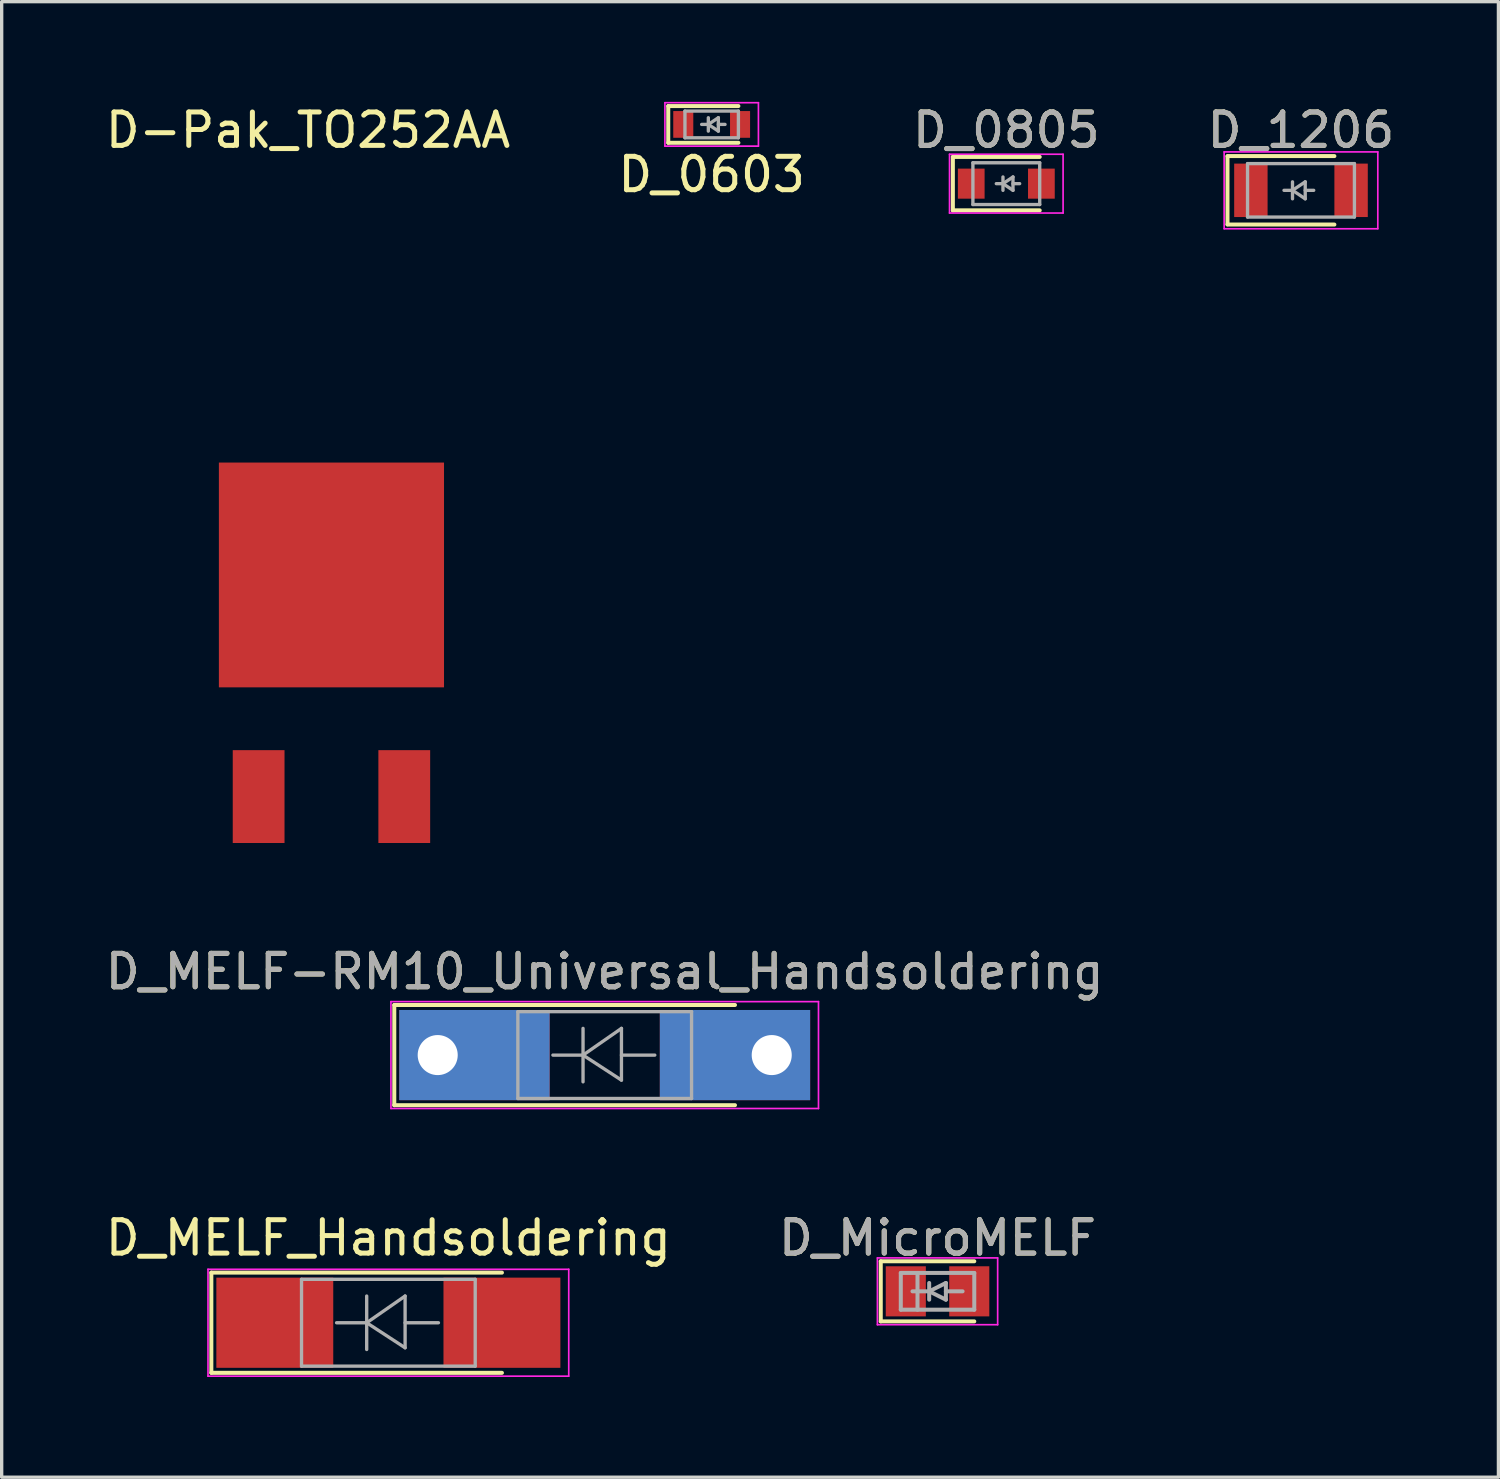
<source format=kicad_pcb>
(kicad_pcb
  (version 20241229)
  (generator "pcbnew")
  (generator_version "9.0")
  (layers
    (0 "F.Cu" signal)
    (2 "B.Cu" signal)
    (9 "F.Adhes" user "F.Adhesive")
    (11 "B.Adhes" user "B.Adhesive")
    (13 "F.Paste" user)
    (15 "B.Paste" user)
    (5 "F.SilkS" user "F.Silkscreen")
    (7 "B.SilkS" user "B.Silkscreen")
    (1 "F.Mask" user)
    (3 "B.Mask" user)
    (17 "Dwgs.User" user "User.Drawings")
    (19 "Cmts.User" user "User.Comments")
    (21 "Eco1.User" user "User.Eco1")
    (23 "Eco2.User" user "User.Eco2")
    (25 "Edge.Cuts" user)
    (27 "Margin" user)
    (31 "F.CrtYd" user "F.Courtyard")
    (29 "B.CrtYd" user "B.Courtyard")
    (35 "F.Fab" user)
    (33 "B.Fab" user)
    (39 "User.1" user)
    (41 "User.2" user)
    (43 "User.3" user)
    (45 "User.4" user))
  (footprint "D-Pak_TO252AA"
    (layer "F.Cu")
    (at 6.873 16.498)
    (property "Reference" "D-Pak_TO252AA" (at -0.7 -15.65 0) (layer "F.SilkS") (effects (font (size 1 1) (thickness 0.15))))
    (attr through_hole)
    (pad "1" smd rect (at -2.18 4.3) (size 1.55 2.78) (layers "F.Cu" "F.Mask" "F.Paste"))
    (pad "3" smd rect (at 2.18 4.3) (size 1.55 2.78) (layers "F.Cu" "F.Mask" "F.Paste"))
    (pad "4" smd rect (at 0 -2.335) (size 6.74 6.73) (layers "F.Cu" "F.Mask" "F.Paste")))
  (footprint "D_MELF_Handsoldering"
    (layer "F.Cu")
    (at 8.577 36.55)
    (property "Reference" "D_MELF_Handsoldering" (at 0 -2.54 0) (layer "F.SilkS") (effects (font (size 1 1) (thickness 0.15))))
    (attr smd)
    (fp_line (start -5.3 -1.5) (end -5.3 1.5) (stroke (width 0.12) (type solid)) (layer "F.SilkS"))
    (fp_line (start -5.3 1.5) (end 3.4 1.5) (stroke (width 0.12) (type solid)) (layer "F.SilkS"))
    (fp_line (start 3.4 -1.5) (end -5.3 -1.5) (stroke (width 0.12) (type solid)) (layer "F.SilkS"))
    (fp_line (start -5.4 -1.6) (end 5.4 -1.6) (stroke (width 0.05) (type solid)) (layer "F.CrtYd"))
    (fp_line (start -5.4 1.6) (end -5.4 -1.6) (stroke (width 0.05) (type solid)) (layer "F.CrtYd"))
    (fp_line (start 5.4 -1.6) (end 5.4 1.6) (stroke (width 0.05) (type solid)) (layer "F.CrtYd"))
    (fp_line (start 5.4 1.6) (end -5.4 1.6) (stroke (width 0.05) (type solid)) (layer "F.CrtYd"))
    (fp_line (start -2.6 -1.3) (end -2.6 1.3) (stroke (width 0.1) (type solid)) (layer "F.Fab"))
    (fp_line (start -2.6 1.3) (end 2.6 1.3) (stroke (width 0.1) (type solid)) (layer "F.Fab"))
    (fp_line (start -0.649 -0.799) (end -0.649 0.801) (stroke (width 0.1) (type solid)) (layer "F.Fab"))
    (fp_line (start -0.649 0.001) (end -1.551 0.001) (stroke (width 0.1) (type solid)) (layer "F.Fab"))
    (fp_line (start -0.649 0.001) (end 0.501 -0.799) (stroke (width 0.1) (type solid)) (layer "F.Fab"))
    (fp_line (start -0.649 0.001) (end 0.501 0.75) (stroke (width 0.1) (type solid)) (layer "F.Fab"))
    (fp_line (start 0.501 0.001) (end 1.499 0.001) (stroke (width 0.1) (type solid)) (layer "F.Fab"))
    (fp_line (start 0.501 0.75) (end 0.501 -0.799) (stroke (width 0.1) (type solid)) (layer "F.Fab"))
    (fp_line (start 2.6 -1.3) (end -2.6 -1.3) (stroke (width 0.1) (type solid)) (layer "F.Fab"))
    (fp_line (start 2.6 1.3) (end 2.6 -1.3) (stroke (width 0.1) (type solid)) (layer "F.Fab"))
    (pad "1" smd rect (at -3.4 0) (size 3.5 2.7) (layers "F.Cu" "F.Mask" "F.Paste"))
    (pad "2" smd rect (at 3.4 0) (size 3.5 2.7) (layers "F.Cu" "F.Mask" "F.Paste")))
  (footprint "D_MELF-RM10_Universal_Handsoldering"
    (layer "F.Cu")
    (at 15.054 28.537)
    (property "Reference" "D_MELF-RM10_Universal_Handsoldering" (at 0 -2.5 0) (layer "F.SilkS") (effects (font (size 1 1) (thickness 0.15))))
    (attr through_hole)
    (fp_line (start -6.3 -1.5) (end -6.3 1.5) (stroke (width 0.12) (type solid)) (layer "F.SilkS"))
    (fp_line (start -6.3 1.5) (end 3.9 1.5) (stroke (width 0.12) (type solid)) (layer "F.SilkS"))
    (fp_line (start 3.9 -1.5) (end -6.3 -1.5) (stroke (width 0.12) (type solid)) (layer "F.SilkS"))
    (fp_line (start -6.4 -1.6) (end 6.4 -1.6) (stroke (width 0.05) (type solid)) (layer "F.CrtYd"))
    (fp_line (start -6.4 1.6) (end -6.4 -1.6) (stroke (width 0.05) (type solid)) (layer "F.CrtYd"))
    (fp_line (start 6.4 -1.6) (end 6.4 1.6) (stroke (width 0.05) (type solid)) (layer "F.CrtYd"))
    (fp_line (start 6.4 1.6) (end -6.4 1.6) (stroke (width 0.05) (type solid)) (layer "F.CrtYd"))
    (fp_line (start -2.6 -1.3) (end -2.6 1.3) (stroke (width 0.1) (type solid)) (layer "F.Fab"))
    (fp_line (start -2.6 1.3) (end 2.6 1.3) (stroke (width 0.1) (type solid)) (layer "F.Fab"))
    (fp_line (start -0.649 -0.799) (end -0.649 0.801) (stroke (width 0.1) (type solid)) (layer "F.Fab"))
    (fp_line (start -0.649 0.001) (end -1.551 0.001) (stroke (width 0.1) (type solid)) (layer "F.Fab"))
    (fp_line (start -0.649 0.001) (end 0.501 -0.799) (stroke (width 0.1) (type solid)) (layer "F.Fab"))
    (fp_line (start -0.649 0.001) (end 0.501 0.75) (stroke (width 0.1) (type solid)) (layer "F.Fab"))
    (fp_line (start 0.501 0.001) (end 1.499 0.001) (stroke (width 0.1) (type solid)) (layer "F.Fab"))
    (fp_line (start 0.501 0.75) (end 0.501 -0.799) (stroke (width 0.1) (type solid)) (layer "F.Fab"))
    (fp_line (start 2.6 -1.3) (end -2.6 -1.3) (stroke (width 0.1) (type solid)) (layer "F.Fab"))
    (fp_line (start 2.6 1.3) (end 2.6 -1.3) (stroke (width 0.1) (type solid)) (layer "F.Fab"))
    (fp_text user "${REFERENCE}" (at 0 -2.5 0) (layer "F.Fab") (effects (font (size 1 1) (thickness 0.15))))
    (pad "1" thru_hole rect (at -5 0) (size 4.5 2.7) (drill 1.199 (offset 1.1 0)) (layers "*.Cu" "*.Mask"))
    (pad "2" thru_hole rect (at 5 0 180) (size 4.5 2.7) (drill 1.199 (offset 1.1 0)) (layers "*.Cu" "*.Mask")))
  (footprint "D_MicroMELF"
    (layer "F.Cu")
    (at 25.018 35.61)
    (property "Reference" "D_MicroMELF" (at 0 -1.6 0) (layer "F.SilkS") (effects (font (size 1 1) (thickness 0.15))))
    (attr smd)
    (fp_line (start -1.7 -0.9) (end -1.7 0.9) (stroke (width 0.12) (type solid)) (layer "F.SilkS"))
    (fp_line (start -1.7 0.9) (end 1.1 0.9) (stroke (width 0.12) (type solid)) (layer "F.SilkS"))
    (fp_line (start 1.1 -0.9) (end -1.7 -0.9) (stroke (width 0.12) (type solid)) (layer "F.SilkS"))
    (fp_line (start -1.8 -1) (end -1.8 1) (stroke (width 0.05) (type solid)) (layer "F.CrtYd"))
    (fp_line (start -1.8 -1) (end 1.8 -1) (stroke (width 0.05) (type solid)) (layer "F.CrtYd"))
    (fp_line (start 1.8 1) (end -1.8 1) (stroke (width 0.05) (type solid)) (layer "F.CrtYd"))
    (fp_line (start 1.8 1) (end 1.8 -1) (stroke (width 0.05) (type solid)) (layer "F.CrtYd"))
    (fp_line (start -1.1 -0.55) (end 1.1 -0.55) (stroke (width 0.12) (type solid)) (layer "F.Fab"))
    (fp_line (start -1.1 0.55) (end -1.1 -0.55) (stroke (width 0.12) (type solid)) (layer "F.Fab"))
    (fp_line (start -0.6 -0.55) (end -0.6 0.55) (stroke (width 0.12) (type solid)) (layer "F.Fab"))
    (fp_line (start -0.25 -0.25) (end -0.25 0.25) (stroke (width 0.12) (type solid)) (layer "F.Fab"))
    (fp_line (start -0.25 0) (end -0.75 0) (stroke (width 0.12) (type solid)) (layer "F.Fab"))
    (fp_line (start -0.25 0) (end 0.25 -0.25) (stroke (width 0.12) (type solid)) (layer "F.Fab"))
    (fp_line (start 0.25 -0.25) (end 0.25 0.25) (stroke (width 0.12) (type solid)) (layer "F.Fab"))
    (fp_line (start 0.25 0) (end 0.75 0) (stroke (width 0.12) (type solid)) (layer "F.Fab"))
    (fp_line (start 0.25 0.25) (end -0.25 0) (stroke (width 0.12) (type solid)) (layer "F.Fab"))
    (fp_line (start 1.1 -0.55) (end 1.1 0.55) (stroke (width 0.12) (type solid)) (layer "F.Fab"))
    (fp_line (start 1.1 0.55) (end -1.1 0.55) (stroke (width 0.12) (type solid)) (layer "F.Fab"))
    (fp_text user "${REFERENCE}" (at 0 -1.6 0) (layer "F.Fab") (effects (font (size 1 1) (thickness 0.15))))
    (pad "1" smd rect (at -0.95 0) (size 1.2 1.5) (layers "F.Cu" "F.Mask" "F.Paste"))
    (pad "2" smd rect (at 0.95 0) (size 1.2 1.5) (layers "F.Cu" "F.Mask" "F.Paste")))
  (footprint "D_0603"
    (layer "F.Cu")
    (at 18.256 0.675)
    (property "Reference" "D_0603" (at 0 1.5 0) (layer "F.SilkS") (effects (font (size 1 1) (thickness 0.15))))
    (attr smd)
    (fp_line (start -1.3 -0.55) (end -1.3 0.55) (stroke (width 0.12) (type solid)) (layer "F.SilkS"))
    (fp_line (start -1.3 -0.55) (end 0.8 -0.55) (stroke (width 0.12) (type solid)) (layer "F.SilkS"))
    (fp_line (start -1.3 0.55) (end 0.8 0.55) (stroke (width 0.12) (type solid)) (layer "F.SilkS"))
    (fp_line (start -1.4 -0.65) (end -1.4 0.65) (stroke (width 0.05) (type solid)) (layer "F.CrtYd"))
    (fp_line (start -1.4 0.65) (end 1.4 0.65) (stroke (width 0.05) (type solid)) (layer "F.CrtYd"))
    (fp_line (start 1.4 -0.65) (end -1.4 -0.65) (stroke (width 0.05) (type solid)) (layer "F.CrtYd"))
    (fp_line (start 1.4 0.65) (end 1.4 -0.65) (stroke (width 0.05) (type solid)) (layer "F.CrtYd"))
    (fp_line (start -0.8 -0.4) (end 0.8 -0.4) (stroke (width 0.1) (type solid)) (layer "F.Fab"))
    (fp_line (start -0.8 0.4) (end -0.8 -0.4) (stroke (width 0.1) (type solid)) (layer "F.Fab"))
    (fp_line (start -0.1 -0.2) (end -0.1 0.2) (stroke (width 0.1) (type solid)) (layer "F.Fab"))
    (fp_line (start -0.1 0) (end -0.3 0) (stroke (width 0.1) (type solid)) (layer "F.Fab"))
    (fp_line (start -0.1 0) (end 0.2 0.2) (stroke (width 0.1) (type solid)) (layer "F.Fab"))
    (fp_line (start 0.2 -0.2) (end -0.1 0) (stroke (width 0.1) (type solid)) (layer "F.Fab"))
    (fp_line (start 0.2 0) (end 0.4 0) (stroke (width 0.1) (type solid)) (layer "F.Fab"))
    (fp_line (start 0.2 0.2) (end 0.2 -0.2) (stroke (width 0.1) (type solid)) (layer "F.Fab"))
    (fp_line (start 0.8 -0.4) (end 0.8 0.4) (stroke (width 0.1) (type solid)) (layer "F.Fab"))
    (fp_line (start 0.8 0.4) (end -0.8 0.4) (stroke (width 0.1) (type solid)) (layer "F.Fab"))
    (pad "1" smd rect (at -0.85 0) (size 0.6 0.8) (layers "F.Cu" "F.Mask" "F.Paste"))
    (pad "2" smd rect (at 0.85 0) (size 0.6 0.8) (layers "F.Cu" "F.Mask" "F.Paste")))
  (footprint "D_0805"
    (layer "F.Cu")
    (at 27.077 2.448)
    (property "Reference" "D_0805" (at 0 -1.6 0) (layer "F.SilkS") (effects (font (size 1 1) (thickness 0.15))))
    (attr smd)
    (fp_line (start -1.6 -0.8) (end -1.6 0.8) (stroke (width 0.12) (type solid)) (layer "F.SilkS"))
    (fp_line (start -1.6 -0.8) (end 1 -0.8) (stroke (width 0.12) (type solid)) (layer "F.SilkS"))
    (fp_line (start -1.6 0.8) (end 1 0.8) (stroke (width 0.12) (type solid)) (layer "F.SilkS"))
    (fp_line (start -1.7 -0.88) (end 1.7 -0.88) (stroke (width 0.05) (type solid)) (layer "F.CrtYd"))
    (fp_line (start -1.7 0.88) (end -1.7 -0.88) (stroke (width 0.05) (type solid)) (layer "F.CrtYd"))
    (fp_line (start 1.7 -0.88) (end 1.7 0.88) (stroke (width 0.05) (type solid)) (layer "F.CrtYd"))
    (fp_line (start 1.7 0.88) (end -1.7 0.88) (stroke (width 0.05) (type solid)) (layer "F.CrtYd"))
    (fp_line (start -1 -0.625) (end 1 -0.625) (stroke (width 0.1) (type solid)) (layer "F.Fab"))
    (fp_line (start -1 0.625) (end -1 -0.625) (stroke (width 0.1) (type solid)) (layer "F.Fab"))
    (fp_line (start -0.1 -0.2) (end -0.1 0.2) (stroke (width 0.1) (type solid)) (layer "F.Fab"))
    (fp_line (start -0.1 0) (end -0.3 0) (stroke (width 0.1) (type solid)) (layer "F.Fab"))
    (fp_line (start -0.1 0) (end 0.2 0.2) (stroke (width 0.1) (type solid)) (layer "F.Fab"))
    (fp_line (start 0.2 -0.2) (end -0.1 0) (stroke (width 0.1) (type solid)) (layer "F.Fab"))
    (fp_line (start 0.2 0) (end 0.4 0) (stroke (width 0.1) (type solid)) (layer "F.Fab"))
    (fp_line (start 0.2 0.2) (end 0.2 -0.2) (stroke (width 0.1) (type solid)) (layer "F.Fab"))
    (fp_line (start 1 -0.625) (end 1 0.625) (stroke (width 0.1) (type solid)) (layer "F.Fab"))
    (fp_line (start 1 0.625) (end -1 0.625) (stroke (width 0.1) (type solid)) (layer "F.Fab"))
    (fp_text user "${REFERENCE}" (at 0 -1.6 0) (layer "F.Fab") (effects (font (size 1 1) (thickness 0.15))))
    (pad "1" smd rect (at -1.05 0) (size 0.8 0.9) (layers "F.Cu" "F.Mask" "F.Paste"))
    (pad "2" smd rect (at 1.05 0) (size 0.8 0.9) (layers "F.Cu" "F.Mask" "F.Paste")))
  (footprint "D_1206"
    (layer "F.Cu")
    (at 35.899 2.648)
    (property "Reference" "D_1206" (at 0 -1.8 0) (layer "F.SilkS") (effects (font (size 1 1) (thickness 0.15))))
    (attr smd)
    (fp_line (start -2.2 -1.016) (end -2.2 1.016) (stroke (width 0.12) (type solid)) (layer "F.SilkS"))
    (fp_line (start -2.2 1.025) (end 1 1.025) (stroke (width 0.12) (type solid)) (layer "F.SilkS"))
    (fp_line (start 1 -1.025) (end -2.2 -1.025) (stroke (width 0.12) (type solid)) (layer "F.SilkS"))
    (fp_line (start -2.3 -1.15) (end -2.3 1.15) (stroke (width 0.05) (type solid)) (layer "F.CrtYd"))
    (fp_line (start -2.3 -1.15) (end 2.3 -1.15) (stroke (width 0.05) (type solid)) (layer "F.CrtYd"))
    (fp_line (start -2.3 1.15) (end 2.3 1.15) (stroke (width 0.05) (type solid)) (layer "F.CrtYd"))
    (fp_line (start 2.3 -1.15) (end 2.3 1.15) (stroke (width 0.05) (type solid)) (layer "F.CrtYd"))
    (fp_line (start -1.6 -0.8) (end 1.6 -0.8) (stroke (width 0.1) (type solid)) (layer "F.Fab"))
    (fp_line (start -1.6 0.8) (end -1.6 -0.8) (stroke (width 0.1) (type solid)) (layer "F.Fab"))
    (fp_line (start -0.254 -0.254) (end -0.254 0.254) (stroke (width 0.1) (type solid)) (layer "F.Fab"))
    (fp_line (start -0.254 0) (end -0.508 0) (stroke (width 0.1) (type solid)) (layer "F.Fab"))
    (fp_line (start -0.254 0) (end 0.127 -0.254) (stroke (width 0.1) (type solid)) (layer "F.Fab"))
    (fp_line (start 0.127 -0.254) (end 0.127 0.254) (stroke (width 0.1) (type solid)) (layer "F.Fab"))
    (fp_line (start 0.127 0) (end 0.381 0) (stroke (width 0.1) (type solid)) (layer "F.Fab"))
    (fp_line (start 0.127 0.254) (end -0.254 0) (stroke (width 0.1) (type solid)) (layer "F.Fab"))
    (fp_line (start 1.6 -0.8) (end 1.6 0.8) (stroke (width 0.1) (type solid)) (layer "F.Fab"))
    (fp_line (start 1.6 0.8) (end -1.6 0.8) (stroke (width 0.1) (type solid)) (layer "F.Fab"))
    (fp_text user "${REFERENCE}" (at 0 -1.8 0) (layer "F.Fab") (effects (font (size 1 1) (thickness 0.15))))
    (pad "1" smd rect (at -1.5 0) (size 1 1.6) (layers "F.Cu" "F.Mask" "F.Paste"))
    (pad "2" smd rect (at 1.5 0) (size 1 1.6) (layers "F.Cu" "F.Mask" "F.Paste")))
  (gr_rect
    (start -3 -3)
    (end 41.81 41.175)
    (stroke (width 0.1) (type default))
    (fill no)
    (layer "Edge.Cuts")))
</source>
